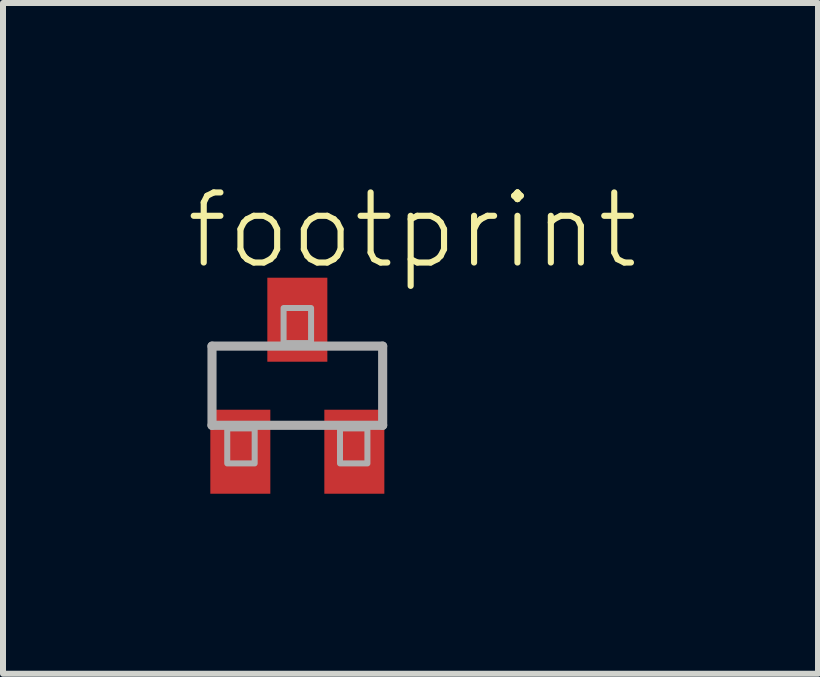
<source format=kicad_pcb>
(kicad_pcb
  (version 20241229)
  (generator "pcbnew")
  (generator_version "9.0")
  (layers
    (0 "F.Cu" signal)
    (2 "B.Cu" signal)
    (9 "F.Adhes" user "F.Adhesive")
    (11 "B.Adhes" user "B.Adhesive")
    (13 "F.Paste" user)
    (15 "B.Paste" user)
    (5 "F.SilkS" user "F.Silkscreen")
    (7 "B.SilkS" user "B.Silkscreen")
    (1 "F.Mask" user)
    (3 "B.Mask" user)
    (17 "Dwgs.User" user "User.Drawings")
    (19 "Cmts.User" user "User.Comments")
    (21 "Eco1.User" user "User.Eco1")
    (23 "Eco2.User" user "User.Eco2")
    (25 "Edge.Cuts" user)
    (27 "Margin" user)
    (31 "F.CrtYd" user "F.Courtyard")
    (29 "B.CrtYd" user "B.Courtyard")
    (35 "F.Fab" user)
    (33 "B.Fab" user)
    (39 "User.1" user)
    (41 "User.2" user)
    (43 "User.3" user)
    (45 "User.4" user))
  (footprint "footprint"
    (layer "F.Cu")
    (at 1.905 3.378)
    (property "Reference" "footprint" (at -1.905 -1.905 0) (layer "F.SilkS") (effects (font (size 1.168 1.168) (thickness 0.102)) (justify left bottom)))
    (fp_line (start -1.422 -0.66) (end 1.422 -0.66) (stroke (width 0.152) (type solid)) (layer "F.Fab"))
    (fp_line (start -1.422 0.66) (end -1.422 -0.66) (stroke (width 0.152) (type solid)) (layer "F.Fab"))
    (fp_line (start 1.422 -0.66) (end 1.422 0.66) (stroke (width 0.152) (type solid)) (layer "F.Fab"))
    (fp_line (start 1.422 0.66) (end -1.422 0.66) (stroke (width 0.152) (type solid)) (layer "F.Fab"))
    (fp_poly (pts (xy -1.168 1.295) (xy -0.711 1.295) (xy -0.711 0.711) (xy -1.168 0.711)) (stroke (width 0.1) (type solid)) (fill no) (layer "F.Fab"))
    (fp_poly (pts (xy -0.229 -0.711) (xy 0.229 -0.711) (xy 0.229 -1.295) (xy -0.229 -1.295)) (stroke (width 0.1) (type solid)) (fill no) (layer "F.Fab"))
    (fp_poly (pts (xy 0.711 1.295) (xy 1.168 1.295) (xy 1.168 0.711) (xy 0.711 0.711)) (stroke (width 0.1) (type solid)) (fill no) (layer "F.Fab"))
    (pad "1" smd rect (at -0.95 1.1) (size 1 1.4) (layers "F.Cu" "F.Mask" "F.Paste"))
    (pad "2" smd rect (at 0.95 1.1) (size 1 1.4) (layers "F.Cu" "F.Mask" "F.Paste"))
    (pad "3" smd rect (at 0 -1.1) (size 1 1.4) (layers "F.Cu" "F.Mask" "F.Paste")))
  (gr_rect
    (start -3 -3)
    (end 10.582 8.178)
    (stroke (width 0.1) (type default))
    (fill no)
    (layer "Edge.Cuts")))
</source>
